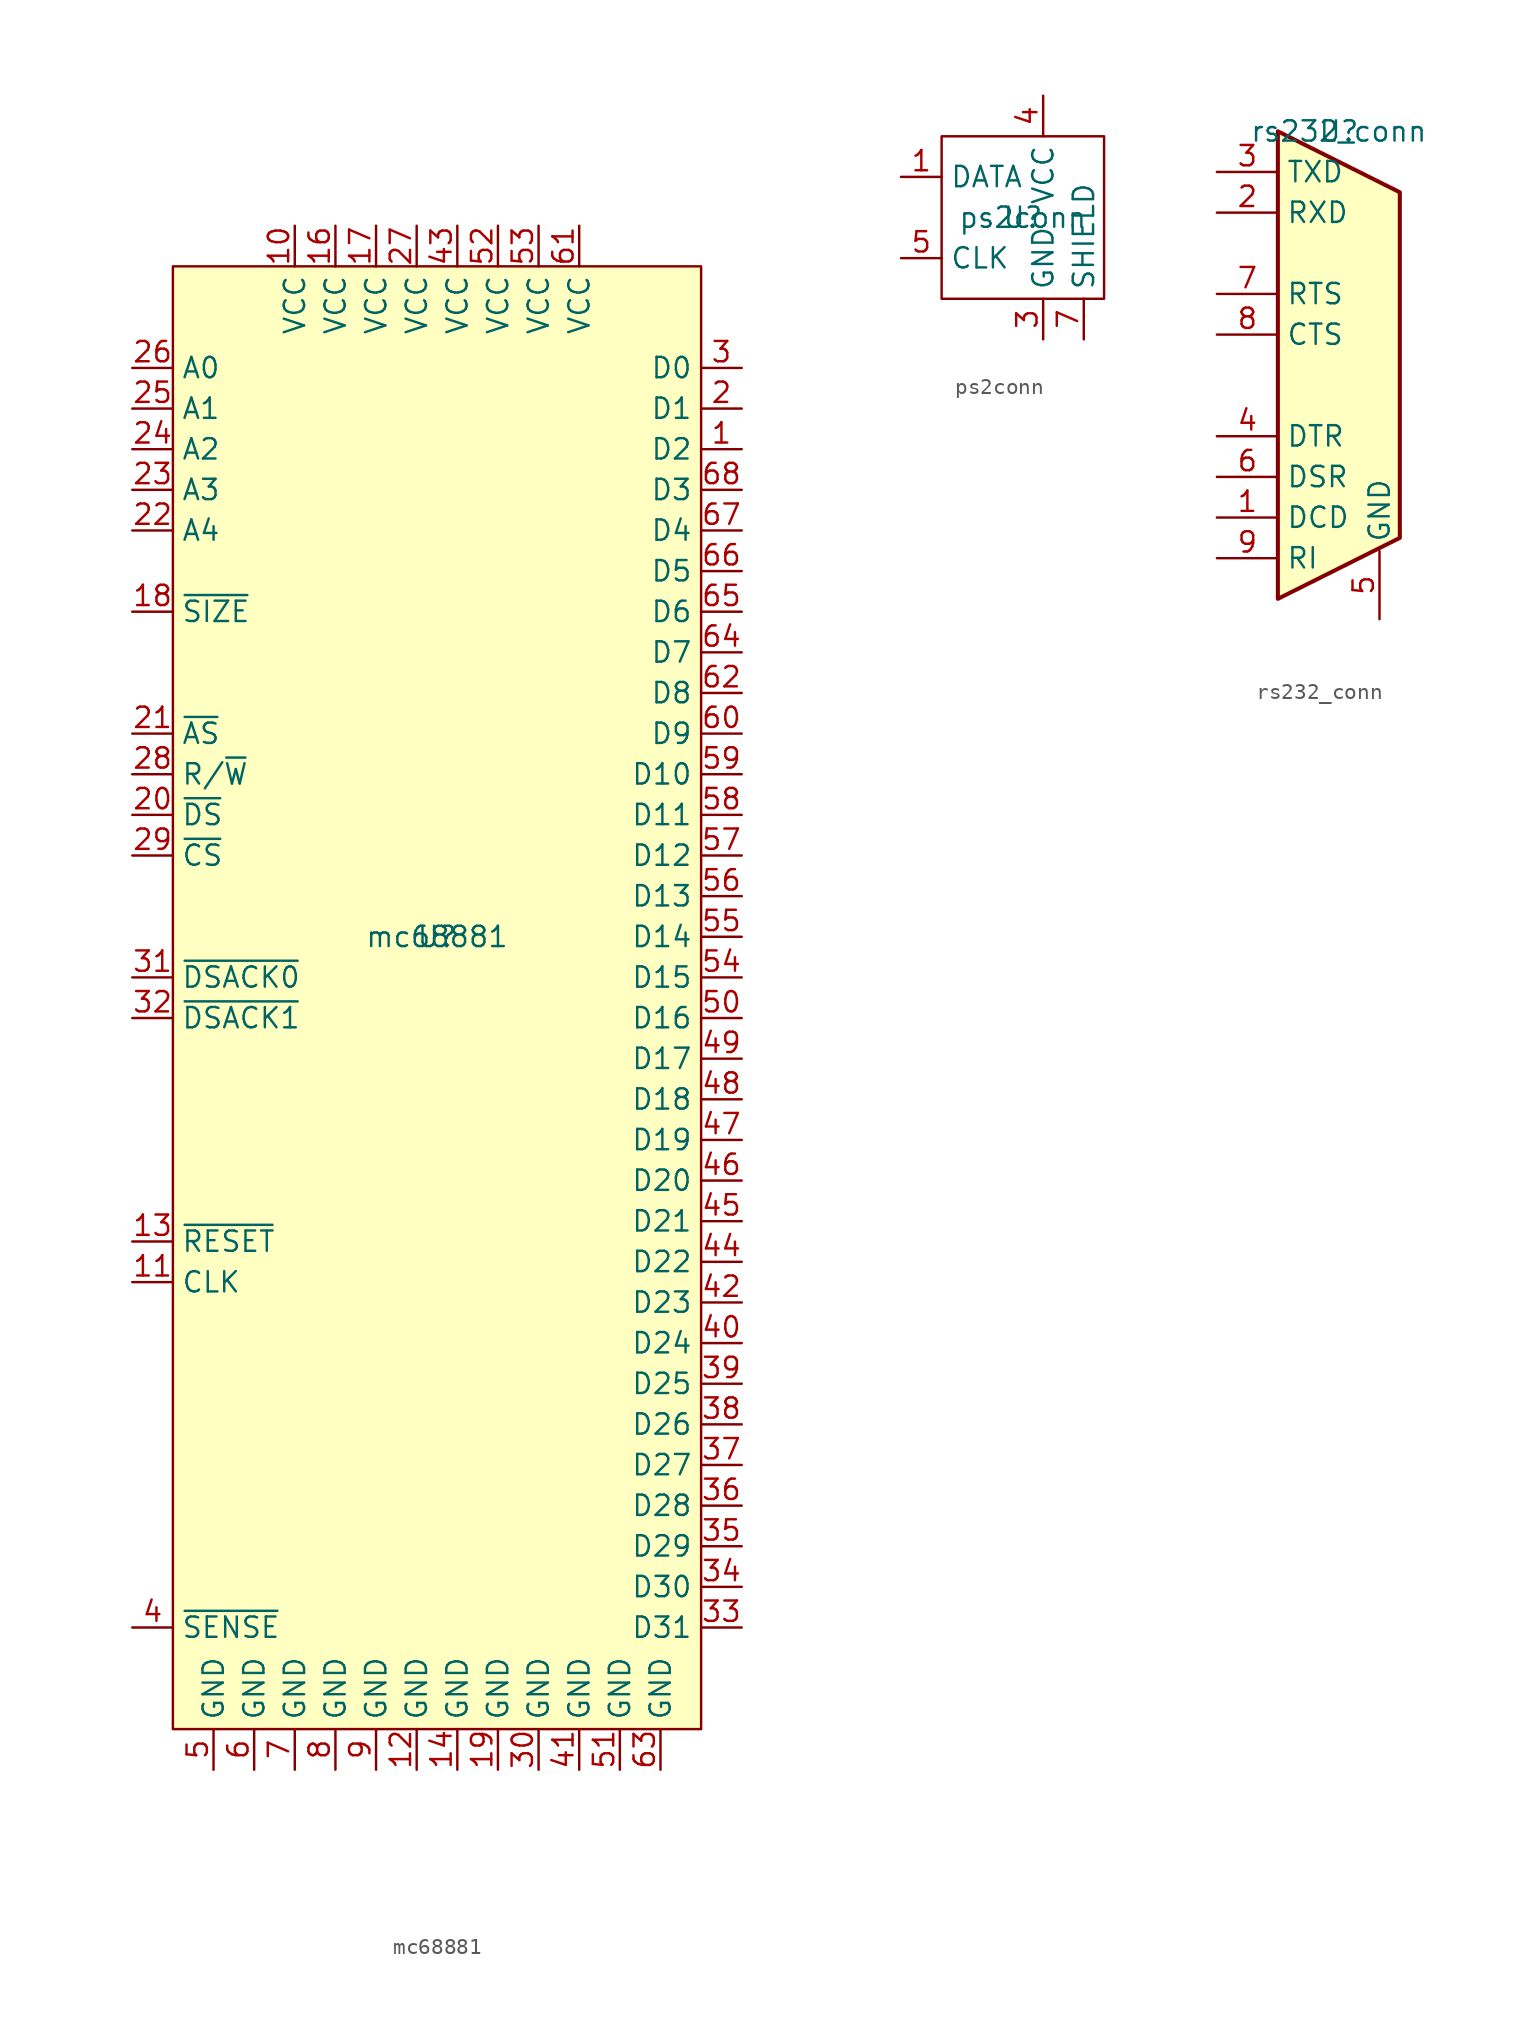
<source format=kicad_sym>
(kicad_symbol_lib
  (version 20211014)
  (generator kicad_symbol_editor)
  (symbol "mc68881"
    (property "Reference" "U"
      (at 0 0 0)
      (effects (font (size 1.27 1.27))))
    (property "Value" "mc68881"
      (at 0 0 0)
      (effects (font (size 1.27 1.27))))
    (symbol "mc68881_0_1"
      (rectangle (start -16.51 41.91) (end 16.51 -49.53) (stroke (width 0) (type default) (color 0 0 0 0)) (fill (type background))))
    (symbol "mc68881_1_1"
      (pin bidirectional line (at 19.05 30.48 180) (length 2.54) (name "D2" (effects (font (size 1.27 1.27)))) (number "1" (effects (font (size 1.27 1.27)))))
      (pin power_in line (at -8.89 44.45 270) (length 2.54) (name "VCC" (effects (font (size 1.27 1.27)))) (number "10" (effects (font (size 1.27 1.27)))))
      (pin input line (at -19.05 -21.59 0) (length 2.54) (name "CLK" (effects (font (size 1.27 1.27)))) (number "11" (effects (font (size 1.27 1.27)))))
      (pin power_in line (at -1.27 -52.07 90) (length 2.54) (name "GND" (effects (font (size 1.27 1.27)))) (number "12" (effects (font (size 1.27 1.27)))))
      (pin input line (at -19.05 -19.05 0) (length 2.54) (name "~{RESET}" (effects (font (size 1.27 1.27)))) (number "13" (effects (font (size 1.27 1.27)))))
      (pin power_in line (at 1.27 -52.07 90) (length 2.54) (name "GND" (effects (font (size 1.27 1.27)))) (number "14" (effects (font (size 1.27 1.27)))))
      (pin no_connect line (at -16.51 -38.1 0) (length 2.54) hide (name "NC" (effects (font (size 1.27 1.27)))) (number "15" (effects (font (size 1.27 1.27)))))
      (pin power_in line (at -6.35 44.45 270) (length 2.54) (name "VCC" (effects (font (size 1.27 1.27)))) (number "16" (effects (font (size 1.27 1.27)))))
      (pin power_in line (at -3.81 44.45 270) (length 2.54) (name "VCC" (effects (font (size 1.27 1.27)))) (number "17" (effects (font (size 1.27 1.27)))))
      (pin input line (at -19.05 20.32 0) (length 2.54) (name "~{SIZE}" (effects (font (size 1.27 1.27)))) (number "18" (effects (font (size 1.27 1.27)))))
      (pin power_in line (at 3.81 -52.07 90) (length 2.54) (name "GND" (effects (font (size 1.27 1.27)))) (number "19" (effects (font (size 1.27 1.27)))))
      (pin bidirectional line (at 19.05 33.02 180) (length 2.54) (name "D1" (effects (font (size 1.27 1.27)))) (number "2" (effects (font (size 1.27 1.27)))))
      (pin input line (at -19.05 7.62 0) (length 2.54) (name "~{DS}" (effects (font (size 1.27 1.27)))) (number "20" (effects (font (size 1.27 1.27)))))
      (pin input line (at -19.05 12.7 0) (length 2.54) (name "~{AS}" (effects (font (size 1.27 1.27)))) (number "21" (effects (font (size 1.27 1.27)))))
      (pin input line (at -19.05 25.4 0) (length 2.54) (name "A4" (effects (font (size 1.27 1.27)))) (number "22" (effects (font (size 1.27 1.27)))))
      (pin input line (at -19.05 27.94 0) (length 2.54) (name "A3" (effects (font (size 1.27 1.27)))) (number "23" (effects (font (size 1.27 1.27)))))
      (pin input line (at -19.05 30.48 0) (length 2.54) (name "A2" (effects (font (size 1.27 1.27)))) (number "24" (effects (font (size 1.27 1.27)))))
      (pin input line (at -19.05 33.02 0) (length 2.54) (name "A1" (effects (font (size 1.27 1.27)))) (number "25" (effects (font (size 1.27 1.27)))))
      (pin input line (at -19.05 35.56 0) (length 2.54) (name "A0" (effects (font (size 1.27 1.27)))) (number "26" (effects (font (size 1.27 1.27)))))
      (pin power_in line (at -1.27 44.45 270) (length 2.54) (name "VCC" (effects (font (size 1.27 1.27)))) (number "27" (effects (font (size 1.27 1.27)))))
      (pin input line (at -19.05 10.16 0) (length 2.54) (name "R/~{W}" (effects (font (size 1.27 1.27)))) (number "28" (effects (font (size 1.27 1.27)))))
      (pin input line (at -19.05 5.08 0) (length 2.54) (name "~{CS}" (effects (font (size 1.27 1.27)))) (number "29" (effects (font (size 1.27 1.27)))))
      (pin bidirectional line (at 19.05 35.56 180) (length 2.54) (name "D0" (effects (font (size 1.27 1.27)))) (number "3" (effects (font (size 1.27 1.27)))))
      (pin power_in line (at 6.35 -52.07 90) (length 2.54) (name "GND" (effects (font (size 1.27 1.27)))) (number "30" (effects (font (size 1.27 1.27)))))
      (pin open_collector line (at -19.05 -2.54 0) (length 2.54) (name "~{DSACK0}" (effects (font (size 1.27 1.27)))) (number "31" (effects (font (size 1.27 1.27)))))
      (pin open_collector line (at -19.05 -5.08 0) (length 2.54) (name "~{DSACK1}" (effects (font (size 1.27 1.27)))) (number "32" (effects (font (size 1.27 1.27)))))
      (pin bidirectional line (at 19.05 -43.18 180) (length 2.54) (name "D31" (effects (font (size 1.27 1.27)))) (number "33" (effects (font (size 1.27 1.27)))))
      (pin bidirectional line (at 19.05 -40.64 180) (length 2.54) (name "D30" (effects (font (size 1.27 1.27)))) (number "34" (effects (font (size 1.27 1.27)))))
      (pin bidirectional line (at 19.05 -38.1 180) (length 2.54) (name "D29" (effects (font (size 1.27 1.27)))) (number "35" (effects (font (size 1.27 1.27)))))
      (pin bidirectional line (at 19.05 -35.56 180) (length 2.54) (name "D28" (effects (font (size 1.27 1.27)))) (number "36" (effects (font (size 1.27 1.27)))))
      (pin bidirectional line (at 19.05 -33.02 180) (length 2.54) (name "D27" (effects (font (size 1.27 1.27)))) (number "37" (effects (font (size 1.27 1.27)))))
      (pin bidirectional line (at 19.05 -30.48 180) (length 2.54) (name "D26" (effects (font (size 1.27 1.27)))) (number "38" (effects (font (size 1.27 1.27)))))
      (pin bidirectional line (at 19.05 -27.94 180) (length 2.54) (name "D25" (effects (font (size 1.27 1.27)))) (number "39" (effects (font (size 1.27 1.27)))))
      (pin output line (at -19.05 -43.18 0) (length 2.54) (name "~{SENSE}" (effects (font (size 1.27 1.27)))) (number "4" (effects (font (size 1.27 1.27)))))
      (pin bidirectional line (at 19.05 -25.4 180) (length 2.54) (name "D24" (effects (font (size 1.27 1.27)))) (number "40" (effects (font (size 1.27 1.27)))))
      (pin power_in line (at 8.89 -52.07 90) (length 2.54) (name "GND" (effects (font (size 1.27 1.27)))) (number "41" (effects (font (size 1.27 1.27)))))
      (pin bidirectional line (at 19.05 -22.86 180) (length 2.54) (name "D23" (effects (font (size 1.27 1.27)))) (number "42" (effects (font (size 1.27 1.27)))))
      (pin power_in line (at 1.27 44.45 270) (length 2.54) (name "VCC" (effects (font (size 1.27 1.27)))) (number "43" (effects (font (size 1.27 1.27)))))
      (pin bidirectional line (at 19.05 -20.32 180) (length 2.54) (name "D22" (effects (font (size 1.27 1.27)))) (number "44" (effects (font (size 1.27 1.27)))))
      (pin bidirectional line (at 19.05 -17.78 180) (length 2.54) (name "D21" (effects (font (size 1.27 1.27)))) (number "45" (effects (font (size 1.27 1.27)))))
      (pin bidirectional line (at 19.05 -15.24 180) (length 2.54) (name "D20" (effects (font (size 1.27 1.27)))) (number "46" (effects (font (size 1.27 1.27)))))
      (pin bidirectional line (at 19.05 -12.7 180) (length 2.54) (name "D19" (effects (font (size 1.27 1.27)))) (number "47" (effects (font (size 1.27 1.27)))))
      (pin bidirectional line (at 19.05 -10.16 180) (length 2.54) (name "D18" (effects (font (size 1.27 1.27)))) (number "48" (effects (font (size 1.27 1.27)))))
      (pin bidirectional line (at 19.05 -7.62 180) (length 2.54) (name "D17" (effects (font (size 1.27 1.27)))) (number "49" (effects (font (size 1.27 1.27)))))
      (pin power_in line (at -13.97 -52.07 90) (length 2.54) (name "GND" (effects (font (size 1.27 1.27)))) (number "5" (effects (font (size 1.27 1.27)))))
      (pin bidirectional line (at 19.05 -5.08 180) (length 2.54) (name "D16" (effects (font (size 1.27 1.27)))) (number "50" (effects (font (size 1.27 1.27)))))
      (pin power_in line (at 11.43 -52.07 90) (length 2.54) (name "GND" (effects (font (size 1.27 1.27)))) (number "51" (effects (font (size 1.27 1.27)))))
      (pin power_in line (at 3.81 44.45 270) (length 2.54) (name "VCC" (effects (font (size 1.27 1.27)))) (number "52" (effects (font (size 1.27 1.27)))))
      (pin power_in line (at 6.35 44.45 270) (length 2.54) (name "VCC" (effects (font (size 1.27 1.27)))) (number "53" (effects (font (size 1.27 1.27)))))
      (pin bidirectional line (at 19.05 -2.54 180) (length 2.54) (name "D15" (effects (font (size 1.27 1.27)))) (number "54" (effects (font (size 1.27 1.27)))))
      (pin bidirectional line (at 19.05 0 180) (length 2.54) (name "D14" (effects (font (size 1.27 1.27)))) (number "55" (effects (font (size 1.27 1.27)))))
      (pin bidirectional line (at 19.05 2.54 180) (length 2.54) (name "D13" (effects (font (size 1.27 1.27)))) (number "56" (effects (font (size 1.27 1.27)))))
      (pin bidirectional line (at 19.05 5.08 180) (length 2.54) (name "D12" (effects (font (size 1.27 1.27)))) (number "57" (effects (font (size 1.27 1.27)))))
      (pin bidirectional line (at 19.05 7.62 180) (length 2.54) (name "D11" (effects (font (size 1.27 1.27)))) (number "58" (effects (font (size 1.27 1.27)))))
      (pin bidirectional line (at 19.05 10.16 180) (length 2.54) (name "D10" (effects (font (size 1.27 1.27)))) (number "59" (effects (font (size 1.27 1.27)))))
      (pin power_in line (at -11.43 -52.07 90) (length 2.54) (name "GND" (effects (font (size 1.27 1.27)))) (number "6" (effects (font (size 1.27 1.27)))))
      (pin bidirectional line (at 19.05 12.7 180) (length 2.54) (name "D9" (effects (font (size 1.27 1.27)))) (number "60" (effects (font (size 1.27 1.27)))))
      (pin power_in line (at 8.89 44.45 270) (length 2.54) (name "VCC" (effects (font (size 1.27 1.27)))) (number "61" (effects (font (size 1.27 1.27)))))
      (pin bidirectional line (at 19.05 15.24 180) (length 2.54) (name "D8" (effects (font (size 1.27 1.27)))) (number "62" (effects (font (size 1.27 1.27)))))
      (pin power_in line (at 13.97 -52.07 90) (length 2.54) (name "GND" (effects (font (size 1.27 1.27)))) (number "63" (effects (font (size 1.27 1.27)))))
      (pin bidirectional line (at 19.05 17.78 180) (length 2.54) (name "D7" (effects (font (size 1.27 1.27)))) (number "64" (effects (font (size 1.27 1.27)))))
      (pin bidirectional line (at 19.05 20.32 180) (length 2.54) (name "D6" (effects (font (size 1.27 1.27)))) (number "65" (effects (font (size 1.27 1.27)))))
      (pin bidirectional line (at 19.05 22.86 180) (length 2.54) (name "D5" (effects (font (size 1.27 1.27)))) (number "66" (effects (font (size 1.27 1.27)))))
      (pin bidirectional line (at 19.05 25.4 180) (length 2.54) (name "D4" (effects (font (size 1.27 1.27)))) (number "67" (effects (font (size 1.27 1.27)))))
      (pin bidirectional line (at 19.05 27.94 180) (length 2.54) (name "D3" (effects (font (size 1.27 1.27)))) (number "68" (effects (font (size 1.27 1.27)))))
      (pin power_in line (at -8.89 -52.07 90) (length 2.54) (name "GND" (effects (font (size 1.27 1.27)))) (number "7" (effects (font (size 1.27 1.27)))))
      (pin power_in line (at -6.35 -52.07 90) (length 2.54) (name "GND" (effects (font (size 1.27 1.27)))) (number "8" (effects (font (size 1.27 1.27)))))
      (pin power_in line (at -3.81 -52.07 90) (length 2.54) (name "GND" (effects (font (size 1.27 1.27)))) (number "9" (effects (font (size 1.27 1.27)))))))
  (symbol "ps2conn"
    (property "Reference" "U"
      (at 0 0 0)
      (effects (font (size 1.27 1.27))))
    (property "Value" "ps2conn"
      (at 0 0 0)
      (effects (font (size 1.27 1.27))))
    (symbol "ps2conn_0_1"
      (rectangle (start -5.08 5.08) (end 5.08 -5.08) (stroke (width 0) (type default) (color 0 0 0 0)) (fill (type none))))
    (symbol "ps2conn_1_1"
      (pin bidirectional line (at -7.62 2.54 0) (length 2.54) (name "DATA" (effects (font (size 1.27 1.27)))) (number "1" (effects (font (size 1.27 1.27)))))
      (pin no_connect line (at -1.27 -5.08 90) (length 2.54) hide (name "NC" (effects (font (size 1.27 1.27)))) (number "2" (effects (font (size 1.27 1.27)))))
      (pin power_in line (at 1.27 -7.62 90) (length 2.54) (name "GND" (effects (font (size 1.27 1.27)))) (number "3" (effects (font (size 1.27 1.27)))))
      (pin power_in line (at 1.27 7.62 270) (length 2.54) (name "VCC" (effects (font (size 1.27 1.27)))) (number "4" (effects (font (size 1.27 1.27)))))
      (pin bidirectional line (at -7.62 -2.54 0) (length 2.54) (name "CLK" (effects (font (size 1.27 1.27)))) (number "5" (effects (font (size 1.27 1.27)))))
      (pin no_connect line (at -1.27 5.08 270) (length 2.54) hide (name "NC" (effects (font (size 1.27 1.27)))) (number "6" (effects (font (size 1.27 1.27)))))
      (pin passive line (at 3.81 -7.62 90) (length 2.54) (name "SHIELD" (effects (font (size 1.27 1.27)))) (number "7" (effects (font (size 1.27 1.27)))))))
  (symbol "rs232_conn"
    (property "Reference" "U"
      (at 0 0 0)
      (effects (font (size 1.27 1.27))))
    (property "Value" "rs232_conn"
      (at 0 0 0)
      (effects (font (size 1.27 1.27))))
    (symbol "rs232_conn_0_1"
      (polyline (pts (xy -3.81 -29.21) (xy -3.81 0) (xy 3.81 -3.81) (xy 3.81 -25.4) (xy -3.81 -29.21)) (stroke (width 0.254) (type default) (color 0 0 0 0)) (fill (type background))))
    (symbol "rs232_conn_1_1"
      (pin output line (at -7.62 -24.13 0) (length 3.81) (name "DCD" (effects (font (size 1.27 1.27)))) (number "1" (effects (font (size 1.27 1.27)))))
      (pin output line (at -7.62 -5.08 0) (length 3.81) (name "RXD" (effects (font (size 1.27 1.27)))) (number "2" (effects (font (size 1.27 1.27)))))
      (pin input line (at -7.62 -2.54 0) (length 3.81) (name "TXD" (effects (font (size 1.27 1.27)))) (number "3" (effects (font (size 1.27 1.27)))))
      (pin input line (at -7.62 -19.05 0) (length 3.81) (name "DTR" (effects (font (size 1.27 1.27)))) (number "4" (effects (font (size 1.27 1.27)))))
      (pin passive line (at 2.54 -30.48 90) (length 4.25) (name "GND" (effects (font (size 1.27 1.27)))) (number "5" (effects (font (size 1.27 1.27)))))
      (pin output line (at -7.62 -21.59 0) (length 3.81) (name "DSR" (effects (font (size 1.27 1.27)))) (number "6" (effects (font (size 1.27 1.27)))))
      (pin input line (at -7.62 -10.16 0) (length 3.81) (name "RTS" (effects (font (size 1.27 1.27)))) (number "7" (effects (font (size 1.27 1.27)))))
      (pin output line (at -7.62 -12.7 0) (length 3.81) (name "CTS" (effects (font (size 1.27 1.27)))) (number "8" (effects (font (size 1.27 1.27)))))
      (pin output line (at -7.62 -26.67 0) (length 3.81) (name "RI" (effects (font (size 1.27 1.27)))) (number "9" (effects (font (size 1.27 1.27))))))))
</source>
